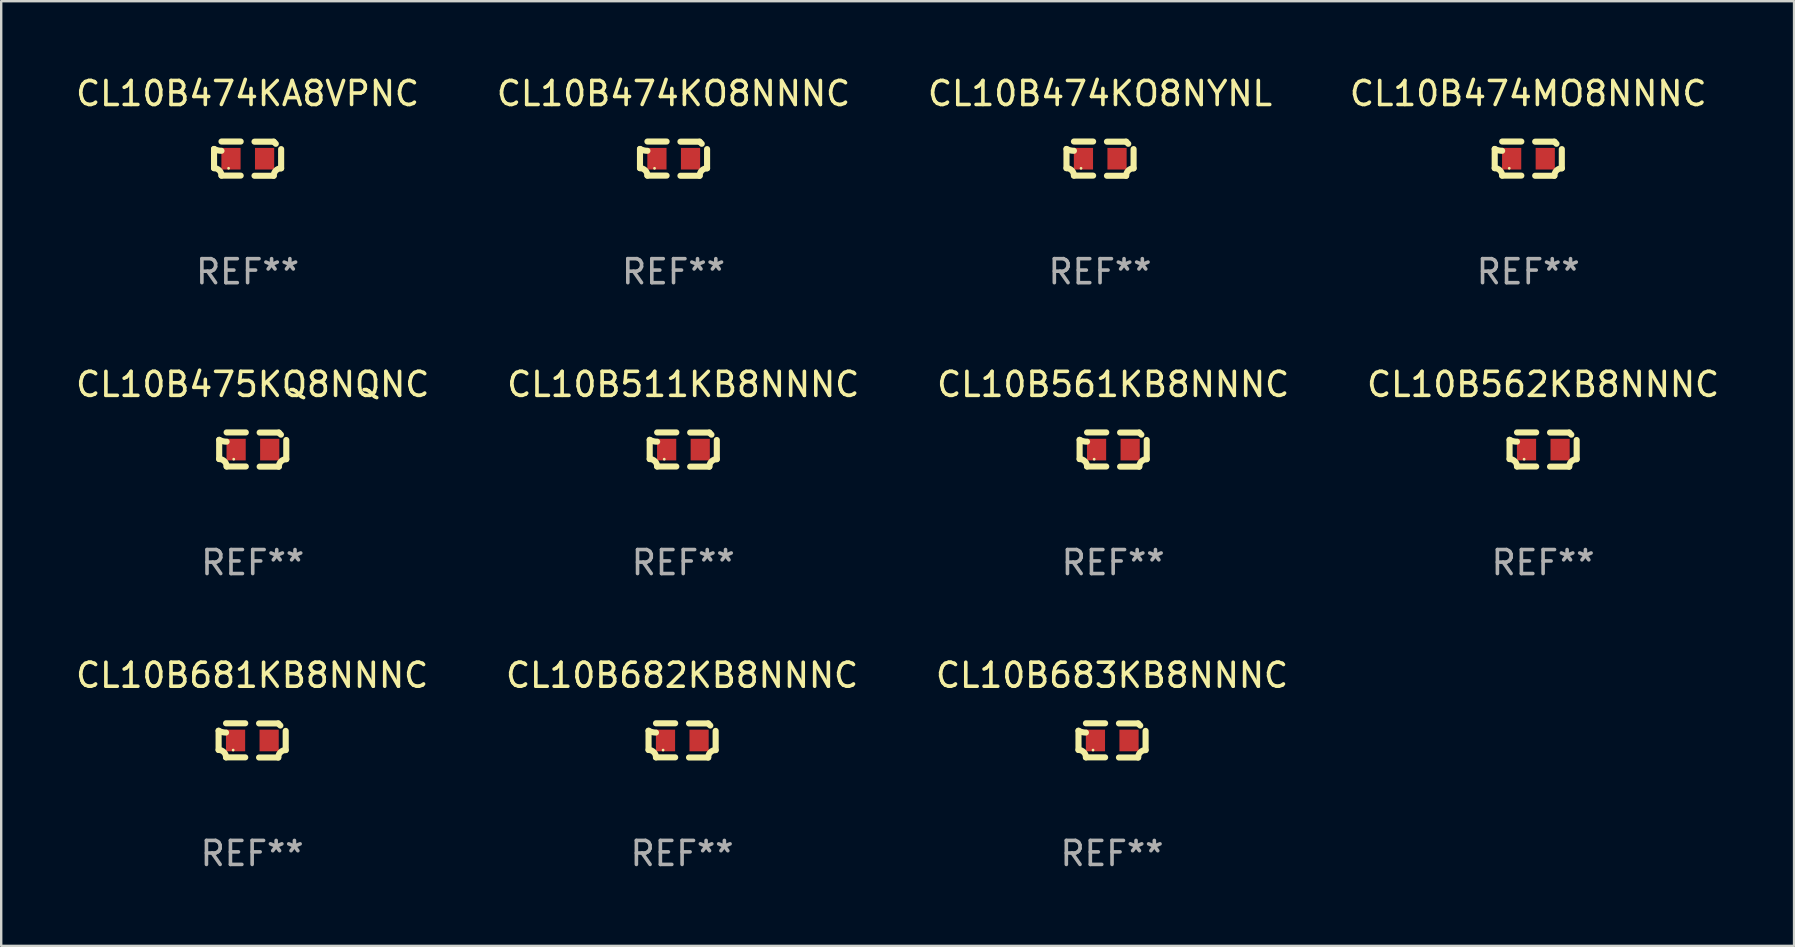
<source format=kicad_pcb>
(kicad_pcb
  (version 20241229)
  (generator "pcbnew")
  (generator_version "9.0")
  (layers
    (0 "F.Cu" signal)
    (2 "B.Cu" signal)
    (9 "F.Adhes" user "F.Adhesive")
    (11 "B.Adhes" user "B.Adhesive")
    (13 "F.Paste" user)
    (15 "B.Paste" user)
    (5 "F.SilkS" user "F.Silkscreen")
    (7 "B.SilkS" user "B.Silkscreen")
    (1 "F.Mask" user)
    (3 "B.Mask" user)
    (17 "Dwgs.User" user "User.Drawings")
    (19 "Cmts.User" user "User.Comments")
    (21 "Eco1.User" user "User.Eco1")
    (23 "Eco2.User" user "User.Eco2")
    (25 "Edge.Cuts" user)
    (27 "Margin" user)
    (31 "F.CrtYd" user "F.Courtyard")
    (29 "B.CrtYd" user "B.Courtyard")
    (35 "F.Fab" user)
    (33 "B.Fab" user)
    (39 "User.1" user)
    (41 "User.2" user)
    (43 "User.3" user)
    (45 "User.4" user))
  (footprint "CL10B474KO8NNNC"
    (layer "F.Cu")
    (at 25.018 3.561)
    (property "Reference" "CL10B474KO8NNNC" (at 0 -2.713 0) (layer "F.SilkS") (effects (font (size 1 1) (thickness 0.15))))
    (attr through_hole)
    (fp_line (start -1.398 -0.403) (end -1.398 0.397) (stroke (width 0.254) (type solid)) (layer "F.SilkS"))
    (fp_line (start -0.288 -0.713) (end -1.088 -0.713) (stroke (width 0.254) (type solid)) (layer "F.SilkS"))
    (fp_line (start -0.288 0.707) (end -1.088 0.707) (stroke (width 0.254) (type solid)) (layer "F.SilkS"))
    (fp_line (start 0.288 -0.707) (end 1.088 -0.707) (stroke (width 0.254) (type solid)) (layer "F.SilkS"))
    (fp_line (start 0.288 0.713) (end 1.088 0.713) (stroke (width 0.254) (type solid)) (layer "F.SilkS"))
    (fp_line (start 1.398 -0.397) (end 1.398 0.403) (stroke (width 0.254) (type solid)) (layer "F.SilkS"))
    (fp_arc (start -1.397789 0.397066) (mid -1.178701 0.487826) (end -1.08796 0.706922) (stroke (width 0.254001) (type solid)) (layer "F.SilkS"))
    (fp_arc (start -1.08796 -0.327176) (mid -1.247436 -0.346384) (end -1.39779 -0.402908) (stroke (width 0.254001) (type solid)) (layer "F.SilkS"))
    (fp_arc (start 1.087909 0.712738) (mid 1.178656 0.493655) (end 1.397739 0.402908) (stroke (width 0.254001) (type solid)) (layer "F.SilkS"))
    (fp_arc (start 1.175925 -0.618926) (mid 1.131917 -0.662923) (end 1.08791 -0.706922) (stroke (width 0.254001) (type solid)) (layer "F.SilkS"))
    (fp_circle (center -0.792 0.403) (end -0.762 0.403) (stroke (width 0.06) (type solid)) (fill no) (layer "F.SilkS"))
    (fp_text user "REF**" (at 0 4.713 0) (layer "F.Fab") (effects (font (size 1 1) (thickness 0.15))))
    (pad "1" smd rect (at -0.692 0.003) (size 0.8 0.9) (layers "F.Cu" "F.Mask" "F.Paste"))
    (pad "2" smd rect (at 0.708 0.003) (size 0.8 0.9) (layers "F.Cu" "F.Mask" "F.Paste")))
  (footprint "CL10B681KB8NNNC"
    (layer "F.Cu")
    (at 7.458 27.805)
    (property "Reference" "CL10B681KB8NNNC" (at 0 -2.713 0) (layer "F.SilkS") (effects (font (size 1 1) (thickness 0.15))))
    (attr through_hole)
    (fp_line (start -1.398 -0.403) (end -1.398 0.397) (stroke (width 0.254) (type solid)) (layer "F.SilkS"))
    (fp_line (start -0.288 -0.713) (end -1.088 -0.713) (stroke (width 0.254) (type solid)) (layer "F.SilkS"))
    (fp_line (start -0.288 0.707) (end -1.088 0.707) (stroke (width 0.254) (type solid)) (layer "F.SilkS"))
    (fp_line (start 0.288 -0.707) (end 1.088 -0.707) (stroke (width 0.254) (type solid)) (layer "F.SilkS"))
    (fp_line (start 0.288 0.713) (end 1.088 0.713) (stroke (width 0.254) (type solid)) (layer "F.SilkS"))
    (fp_line (start 1.398 -0.397) (end 1.398 0.403) (stroke (width 0.254) (type solid)) (layer "F.SilkS"))
    (fp_arc (start -1.397789 0.397066) (mid -1.178701 0.487826) (end -1.08796 0.706922) (stroke (width 0.254001) (type solid)) (layer "F.SilkS"))
    (fp_arc (start -1.08796 -0.327176) (mid -1.247436 -0.346384) (end -1.39779 -0.402908) (stroke (width 0.254001) (type solid)) (layer "F.SilkS"))
    (fp_arc (start 1.087909 0.712738) (mid 1.178656 0.493655) (end 1.397739 0.402908) (stroke (width 0.254001) (type solid)) (layer "F.SilkS"))
    (fp_arc (start 1.175925 -0.618926) (mid 1.131917 -0.662923) (end 1.08791 -0.706922) (stroke (width 0.254001) (type solid)) (layer "F.SilkS"))
    (fp_circle (center -0.792 0.403) (end -0.762 0.403) (stroke (width 0.06) (type solid)) (fill no) (layer "F.SilkS"))
    (fp_text user "REF**" (at 0 4.713 0) (layer "F.Fab") (effects (font (size 1 1) (thickness 0.15))))
    (pad "1" smd rect (at -0.692 0.003) (size 0.8 0.9) (layers "F.Cu" "F.Mask" "F.Paste"))
    (pad "2" smd rect (at 0.708 0.003) (size 0.8 0.9) (layers "F.Cu" "F.Mask" "F.Paste")))
  (footprint "CL10B474KO8NYNL"
    (layer "F.Cu")
    (at 42.792 3.561)
    (property "Reference" "CL10B474KO8NYNL" (at 0 -2.713 0) (layer "F.SilkS") (effects (font (size 1 1) (thickness 0.15))))
    (attr through_hole)
    (fp_line (start -1.398 -0.403) (end -1.398 0.397) (stroke (width 0.254) (type solid)) (layer "F.SilkS"))
    (fp_line (start -0.288 -0.713) (end -1.088 -0.713) (stroke (width 0.254) (type solid)) (layer "F.SilkS"))
    (fp_line (start -0.288 0.707) (end -1.088 0.707) (stroke (width 0.254) (type solid)) (layer "F.SilkS"))
    (fp_line (start 0.288 -0.707) (end 1.088 -0.707) (stroke (width 0.254) (type solid)) (layer "F.SilkS"))
    (fp_line (start 0.288 0.713) (end 1.088 0.713) (stroke (width 0.254) (type solid)) (layer "F.SilkS"))
    (fp_line (start 1.398 -0.397) (end 1.398 0.403) (stroke (width 0.254) (type solid)) (layer "F.SilkS"))
    (fp_arc (start -1.397789 0.397066) (mid -1.178701 0.487826) (end -1.08796 0.706922) (stroke (width 0.254001) (type solid)) (layer "F.SilkS"))
    (fp_arc (start -1.08796 -0.327176) (mid -1.247436 -0.346384) (end -1.39779 -0.402908) (stroke (width 0.254001) (type solid)) (layer "F.SilkS"))
    (fp_arc (start 1.087909 0.712738) (mid 1.178656 0.493655) (end 1.397739 0.402908) (stroke (width 0.254001) (type solid)) (layer "F.SilkS"))
    (fp_arc (start 1.175925 -0.618926) (mid 1.131917 -0.662923) (end 1.08791 -0.706922) (stroke (width 0.254001) (type solid)) (layer "F.SilkS"))
    (fp_circle (center -0.792 0.403) (end -0.762 0.403) (stroke (width 0.06) (type solid)) (fill no) (layer "F.SilkS"))
    (fp_text user "REF**" (at 0 4.713 0) (layer "F.Fab") (effects (font (size 1 1) (thickness 0.15))))
    (pad "1" smd rect (at -0.692 0.003) (size 0.8 0.9) (layers "F.Cu" "F.Mask" "F.Paste"))
    (pad "2" smd rect (at 0.708 0.003) (size 0.8 0.9) (layers "F.Cu" "F.Mask" "F.Paste")))
  (footprint "CL10B682KB8NNNC"
    (layer "F.Cu")
    (at 25.375 27.805)
    (property "Reference" "CL10B682KB8NNNC" (at 0 -2.713 0) (layer "F.SilkS") (effects (font (size 1 1) (thickness 0.15))))
    (attr through_hole)
    (fp_line (start -1.398 -0.403) (end -1.398 0.397) (stroke (width 0.254) (type solid)) (layer "F.SilkS"))
    (fp_line (start -0.288 -0.713) (end -1.088 -0.713) (stroke (width 0.254) (type solid)) (layer "F.SilkS"))
    (fp_line (start -0.288 0.707) (end -1.088 0.707) (stroke (width 0.254) (type solid)) (layer "F.SilkS"))
    (fp_line (start 0.288 -0.707) (end 1.088 -0.707) (stroke (width 0.254) (type solid)) (layer "F.SilkS"))
    (fp_line (start 0.288 0.713) (end 1.088 0.713) (stroke (width 0.254) (type solid)) (layer "F.SilkS"))
    (fp_line (start 1.398 -0.397) (end 1.398 0.403) (stroke (width 0.254) (type solid)) (layer "F.SilkS"))
    (fp_arc (start -1.397789 0.397066) (mid -1.178701 0.487826) (end -1.08796 0.706922) (stroke (width 0.254001) (type solid)) (layer "F.SilkS"))
    (fp_arc (start -1.08796 -0.327176) (mid -1.247436 -0.346384) (end -1.39779 -0.402908) (stroke (width 0.254001) (type solid)) (layer "F.SilkS"))
    (fp_arc (start 1.087909 0.712738) (mid 1.178656 0.493655) (end 1.397739 0.402908) (stroke (width 0.254001) (type solid)) (layer "F.SilkS"))
    (fp_arc (start 1.175925 -0.618926) (mid 1.131917 -0.662923) (end 1.08791 -0.706922) (stroke (width 0.254001) (type solid)) (layer "F.SilkS"))
    (fp_circle (center -0.792 0.403) (end -0.762 0.403) (stroke (width 0.06) (type solid)) (fill no) (layer "F.SilkS"))
    (fp_text user "REF**" (at 0 4.713 0) (layer "F.Fab") (effects (font (size 1 1) (thickness 0.15))))
    (pad "1" smd rect (at -0.692 0.003) (size 0.8 0.9) (layers "F.Cu" "F.Mask" "F.Paste"))
    (pad "2" smd rect (at 0.708 0.003) (size 0.8 0.9) (layers "F.Cu" "F.Mask" "F.Paste")))
  (footprint "CL10B474KA8VPNC"
    (layer "F.Cu")
    (at 7.268 3.561)
    (property "Reference" "CL10B474KA8VPNC" (at 0 -2.713 0) (layer "F.SilkS") (effects (font (size 1 1) (thickness 0.15))))
    (attr through_hole)
    (fp_line (start -1.398 -0.403) (end -1.398 0.397) (stroke (width 0.254) (type solid)) (layer "F.SilkS"))
    (fp_line (start -0.288 -0.713) (end -1.088 -0.713) (stroke (width 0.254) (type solid)) (layer "F.SilkS"))
    (fp_line (start -0.288 0.707) (end -1.088 0.707) (stroke (width 0.254) (type solid)) (layer "F.SilkS"))
    (fp_line (start 0.288 -0.707) (end 1.088 -0.707) (stroke (width 0.254) (type solid)) (layer "F.SilkS"))
    (fp_line (start 0.288 0.713) (end 1.088 0.713) (stroke (width 0.254) (type solid)) (layer "F.SilkS"))
    (fp_line (start 1.398 -0.397) (end 1.398 0.403) (stroke (width 0.254) (type solid)) (layer "F.SilkS"))
    (fp_arc (start -1.397789 0.397066) (mid -1.178701 0.487826) (end -1.08796 0.706922) (stroke (width 0.254001) (type solid)) (layer "F.SilkS"))
    (fp_arc (start -1.08796 -0.327176) (mid -1.247436 -0.346384) (end -1.39779 -0.402908) (stroke (width 0.254001) (type solid)) (layer "F.SilkS"))
    (fp_arc (start 1.087909 0.712738) (mid 1.178656 0.493655) (end 1.397739 0.402908) (stroke (width 0.254001) (type solid)) (layer "F.SilkS"))
    (fp_arc (start 1.175925 -0.618926) (mid 1.131917 -0.662923) (end 1.08791 -0.706922) (stroke (width 0.254001) (type solid)) (layer "F.SilkS"))
    (fp_circle (center -0.792 0.403) (end -0.762 0.403) (stroke (width 0.06) (type solid)) (fill no) (layer "F.SilkS"))
    (fp_text user "REF**" (at 0 4.713 0) (layer "F.Fab") (effects (font (size 1 1) (thickness 0.15))))
    (pad "1" smd rect (at -0.692 0.003) (size 0.8 0.9) (layers "F.Cu" "F.Mask" "F.Paste"))
    (pad "2" smd rect (at 0.708 0.003) (size 0.8 0.9) (layers "F.Cu" "F.Mask" "F.Paste")))
  (footprint "CL10B474MO8NNNC"
    (layer "F.Cu")
    (at 60.637 3.561)
    (property "Reference" "CL10B474MO8NNNC" (at 0 -2.713 0) (layer "F.SilkS") (effects (font (size 1 1) (thickness 0.15))))
    (attr through_hole)
    (fp_line (start -1.398 -0.403) (end -1.398 0.397) (stroke (width 0.254) (type solid)) (layer "F.SilkS"))
    (fp_line (start -0.288 -0.713) (end -1.088 -0.713) (stroke (width 0.254) (type solid)) (layer "F.SilkS"))
    (fp_line (start -0.288 0.707) (end -1.088 0.707) (stroke (width 0.254) (type solid)) (layer "F.SilkS"))
    (fp_line (start 0.288 -0.707) (end 1.088 -0.707) (stroke (width 0.254) (type solid)) (layer "F.SilkS"))
    (fp_line (start 0.288 0.713) (end 1.088 0.713) (stroke (width 0.254) (type solid)) (layer "F.SilkS"))
    (fp_line (start 1.398 -0.397) (end 1.398 0.403) (stroke (width 0.254) (type solid)) (layer "F.SilkS"))
    (fp_arc (start -1.397789 0.397066) (mid -1.178701 0.487826) (end -1.08796 0.706922) (stroke (width 0.254001) (type solid)) (layer "F.SilkS"))
    (fp_arc (start -1.08796 -0.327176) (mid -1.247436 -0.346384) (end -1.39779 -0.402908) (stroke (width 0.254001) (type solid)) (layer "F.SilkS"))
    (fp_arc (start 1.087909 0.712738) (mid 1.178656 0.493655) (end 1.397739 0.402908) (stroke (width 0.254001) (type solid)) (layer "F.SilkS"))
    (fp_arc (start 1.175925 -0.618926) (mid 1.131917 -0.662923) (end 1.08791 -0.706922) (stroke (width 0.254001) (type solid)) (layer "F.SilkS"))
    (fp_circle (center -0.792 0.403) (end -0.762 0.403) (stroke (width 0.06) (type solid)) (fill no) (layer "F.SilkS"))
    (fp_text user "REF**" (at 0 4.713 0) (layer "F.Fab") (effects (font (size 1 1) (thickness 0.15))))
    (pad "1" smd rect (at -0.692 0.003) (size 0.8 0.9) (layers "F.Cu" "F.Mask" "F.Paste"))
    (pad "2" smd rect (at 0.708 0.003) (size 0.8 0.9) (layers "F.Cu" "F.Mask" "F.Paste")))
  (footprint "CL10B683KB8NNNC"
    (layer "F.Cu")
    (at 43.292 27.805)
    (property "Reference" "CL10B683KB8NNNC" (at 0 -2.713 0) (layer "F.SilkS") (effects (font (size 1 1) (thickness 0.15))))
    (attr through_hole)
    (fp_line (start -1.398 -0.403) (end -1.398 0.397) (stroke (width 0.254) (type solid)) (layer "F.SilkS"))
    (fp_line (start -0.288 -0.713) (end -1.088 -0.713) (stroke (width 0.254) (type solid)) (layer "F.SilkS"))
    (fp_line (start -0.288 0.707) (end -1.088 0.707) (stroke (width 0.254) (type solid)) (layer "F.SilkS"))
    (fp_line (start 0.288 -0.707) (end 1.088 -0.707) (stroke (width 0.254) (type solid)) (layer "F.SilkS"))
    (fp_line (start 0.288 0.713) (end 1.088 0.713) (stroke (width 0.254) (type solid)) (layer "F.SilkS"))
    (fp_line (start 1.398 -0.397) (end 1.398 0.403) (stroke (width 0.254) (type solid)) (layer "F.SilkS"))
    (fp_arc (start -1.397789 0.397066) (mid -1.178701 0.487826) (end -1.08796 0.706922) (stroke (width 0.254001) (type solid)) (layer "F.SilkS"))
    (fp_arc (start -1.08796 -0.327176) (mid -1.247436 -0.346384) (end -1.39779 -0.402908) (stroke (width 0.254001) (type solid)) (layer "F.SilkS"))
    (fp_arc (start 1.087909 0.712738) (mid 1.178656 0.493655) (end 1.397739 0.402908) (stroke (width 0.254001) (type solid)) (layer "F.SilkS"))
    (fp_arc (start 1.175925 -0.618926) (mid 1.131917 -0.662923) (end 1.08791 -0.706922) (stroke (width 0.254001) (type solid)) (layer "F.SilkS"))
    (fp_circle (center -0.792 0.403) (end -0.762 0.403) (stroke (width 0.06) (type solid)) (fill no) (layer "F.SilkS"))
    (fp_text user "REF**" (at 0 4.713 0) (layer "F.Fab") (effects (font (size 1 1) (thickness 0.15))))
    (pad "1" smd rect (at -0.692 0.003) (size 0.8 0.9) (layers "F.Cu" "F.Mask" "F.Paste"))
    (pad "2" smd rect (at 0.708 0.003) (size 0.8 0.9) (layers "F.Cu" "F.Mask" "F.Paste")))
  (footprint "CL10B561KB8NNNC"
    (layer "F.Cu")
    (at 43.339 15.683)
    (property "Reference" "CL10B561KB8NNNC" (at 0 -2.713 0) (layer "F.SilkS") (effects (font (size 1 1) (thickness 0.15))))
    (attr through_hole)
    (fp_line (start -1.398 -0.403) (end -1.398 0.397) (stroke (width 0.254) (type solid)) (layer "F.SilkS"))
    (fp_line (start -0.288 -0.713) (end -1.088 -0.713) (stroke (width 0.254) (type solid)) (layer "F.SilkS"))
    (fp_line (start -0.288 0.707) (end -1.088 0.707) (stroke (width 0.254) (type solid)) (layer "F.SilkS"))
    (fp_line (start 0.288 -0.707) (end 1.088 -0.707) (stroke (width 0.254) (type solid)) (layer "F.SilkS"))
    (fp_line (start 0.288 0.713) (end 1.088 0.713) (stroke (width 0.254) (type solid)) (layer "F.SilkS"))
    (fp_line (start 1.398 -0.397) (end 1.398 0.403) (stroke (width 0.254) (type solid)) (layer "F.SilkS"))
    (fp_arc (start -1.397789 0.397066) (mid -1.178701 0.487826) (end -1.08796 0.706922) (stroke (width 0.254001) (type solid)) (layer "F.SilkS"))
    (fp_arc (start -1.08796 -0.327176) (mid -1.247436 -0.346384) (end -1.39779 -0.402908) (stroke (width 0.254001) (type solid)) (layer "F.SilkS"))
    (fp_arc (start 1.087909 0.712738) (mid 1.178656 0.493655) (end 1.397739 0.402908) (stroke (width 0.254001) (type solid)) (layer "F.SilkS"))
    (fp_arc (start 1.175925 -0.618926) (mid 1.131917 -0.662923) (end 1.08791 -0.706922) (stroke (width 0.254001) (type solid)) (layer "F.SilkS"))
    (fp_circle (center -0.792 0.403) (end -0.762 0.403) (stroke (width 0.06) (type solid)) (fill no) (layer "F.SilkS"))
    (fp_text user "REF**" (at 0 4.713 0) (layer "F.Fab") (effects (font (size 1 1) (thickness 0.15))))
    (pad "1" smd rect (at -0.692 0.003) (size 0.8 0.9) (layers "F.Cu" "F.Mask" "F.Paste"))
    (pad "2" smd rect (at 0.708 0.003) (size 0.8 0.9) (layers "F.Cu" "F.Mask" "F.Paste")))
  (footprint "CL10B475KQ8NQNC"
    (layer "F.Cu")
    (at 7.482 15.683)
    (property "Reference" "CL10B475KQ8NQNC" (at 0 -2.713 0) (layer "F.SilkS") (effects (font (size 1 1) (thickness 0.15))))
    (attr through_hole)
    (fp_line (start -1.398 -0.403) (end -1.398 0.397) (stroke (width 0.254) (type solid)) (layer "F.SilkS"))
    (fp_line (start -0.288 -0.713) (end -1.088 -0.713) (stroke (width 0.254) (type solid)) (layer "F.SilkS"))
    (fp_line (start -0.288 0.707) (end -1.088 0.707) (stroke (width 0.254) (type solid)) (layer "F.SilkS"))
    (fp_line (start 0.288 -0.707) (end 1.088 -0.707) (stroke (width 0.254) (type solid)) (layer "F.SilkS"))
    (fp_line (start 0.288 0.713) (end 1.088 0.713) (stroke (width 0.254) (type solid)) (layer "F.SilkS"))
    (fp_line (start 1.398 -0.397) (end 1.398 0.403) (stroke (width 0.254) (type solid)) (layer "F.SilkS"))
    (fp_arc (start -1.397789 0.397066) (mid -1.178701 0.487826) (end -1.08796 0.706922) (stroke (width 0.254001) (type solid)) (layer "F.SilkS"))
    (fp_arc (start -1.08796 -0.327176) (mid -1.247436 -0.346384) (end -1.39779 -0.402908) (stroke (width 0.254001) (type solid)) (layer "F.SilkS"))
    (fp_arc (start 1.087909 0.712738) (mid 1.178656 0.493655) (end 1.397739 0.402908) (stroke (width 0.254001) (type solid)) (layer "F.SilkS"))
    (fp_arc (start 1.175925 -0.618926) (mid 1.131917 -0.662923) (end 1.08791 -0.706922) (stroke (width 0.254001) (type solid)) (layer "F.SilkS"))
    (fp_circle (center -0.792 0.403) (end -0.762 0.403) (stroke (width 0.06) (type solid)) (fill no) (layer "F.SilkS"))
    (fp_text user "REF**" (at 0 4.713 0) (layer "F.Fab") (effects (font (size 1 1) (thickness 0.15))))
    (pad "1" smd rect (at -0.692 0.003) (size 0.8 0.9) (layers "F.Cu" "F.Mask" "F.Paste"))
    (pad "2" smd rect (at 0.708 0.003) (size 0.8 0.9) (layers "F.Cu" "F.Mask" "F.Paste")))
  (footprint "CL10B511KB8NNNC"
    (layer "F.Cu")
    (at 25.423 15.683)
    (property "Reference" "CL10B511KB8NNNC" (at 0 -2.713 0) (layer "F.SilkS") (effects (font (size 1 1) (thickness 0.15))))
    (attr through_hole)
    (fp_line (start -1.398 -0.403) (end -1.398 0.397) (stroke (width 0.254) (type solid)) (layer "F.SilkS"))
    (fp_line (start -0.288 -0.713) (end -1.088 -0.713) (stroke (width 0.254) (type solid)) (layer "F.SilkS"))
    (fp_line (start -0.288 0.707) (end -1.088 0.707) (stroke (width 0.254) (type solid)) (layer "F.SilkS"))
    (fp_line (start 0.288 -0.707) (end 1.088 -0.707) (stroke (width 0.254) (type solid)) (layer "F.SilkS"))
    (fp_line (start 0.288 0.713) (end 1.088 0.713) (stroke (width 0.254) (type solid)) (layer "F.SilkS"))
    (fp_line (start 1.398 -0.397) (end 1.398 0.403) (stroke (width 0.254) (type solid)) (layer "F.SilkS"))
    (fp_arc (start -1.397789 0.397066) (mid -1.178701 0.487826) (end -1.08796 0.706922) (stroke (width 0.254001) (type solid)) (layer "F.SilkS"))
    (fp_arc (start -1.08796 -0.327176) (mid -1.247436 -0.346384) (end -1.39779 -0.402908) (stroke (width 0.254001) (type solid)) (layer "F.SilkS"))
    (fp_arc (start 1.087909 0.712738) (mid 1.178656 0.493655) (end 1.397739 0.402908) (stroke (width 0.254001) (type solid)) (layer "F.SilkS"))
    (fp_arc (start 1.175925 -0.618926) (mid 1.131917 -0.662923) (end 1.08791 -0.706922) (stroke (width 0.254001) (type solid)) (layer "F.SilkS"))
    (fp_circle (center -0.792 0.403) (end -0.762 0.403) (stroke (width 0.06) (type solid)) (fill no) (layer "F.SilkS"))
    (fp_text user "REF**" (at 0 4.713 0) (layer "F.Fab") (effects (font (size 1 1) (thickness 0.15))))
    (pad "1" smd rect (at -0.692 0.003) (size 0.8 0.9) (layers "F.Cu" "F.Mask" "F.Paste"))
    (pad "2" smd rect (at 0.708 0.003) (size 0.8 0.9) (layers "F.Cu" "F.Mask" "F.Paste")))
  (footprint "CL10B562KB8NNNC"
    (layer "F.Cu")
    (at 61.256 15.683)
    (property "Reference" "CL10B562KB8NNNC" (at 0 -2.713 0) (layer "F.SilkS") (effects (font (size 1 1) (thickness 0.15))))
    (attr through_hole)
    (fp_line (start -1.398 -0.403) (end -1.398 0.397) (stroke (width 0.254) (type solid)) (layer "F.SilkS"))
    (fp_line (start -0.288 -0.713) (end -1.088 -0.713) (stroke (width 0.254) (type solid)) (layer "F.SilkS"))
    (fp_line (start -0.288 0.707) (end -1.088 0.707) (stroke (width 0.254) (type solid)) (layer "F.SilkS"))
    (fp_line (start 0.288 -0.707) (end 1.088 -0.707) (stroke (width 0.254) (type solid)) (layer "F.SilkS"))
    (fp_line (start 0.288 0.713) (end 1.088 0.713) (stroke (width 0.254) (type solid)) (layer "F.SilkS"))
    (fp_line (start 1.398 -0.397) (end 1.398 0.403) (stroke (width 0.254) (type solid)) (layer "F.SilkS"))
    (fp_arc (start -1.397789 0.397066) (mid -1.178701 0.487826) (end -1.08796 0.706922) (stroke (width 0.254001) (type solid)) (layer "F.SilkS"))
    (fp_arc (start -1.08796 -0.327176) (mid -1.247436 -0.346384) (end -1.39779 -0.402908) (stroke (width 0.254001) (type solid)) (layer "F.SilkS"))
    (fp_arc (start 1.087909 0.712738) (mid 1.178656 0.493655) (end 1.397739 0.402908) (stroke (width 0.254001) (type solid)) (layer "F.SilkS"))
    (fp_arc (start 1.175925 -0.618926) (mid 1.131917 -0.662923) (end 1.08791 -0.706922) (stroke (width 0.254001) (type solid)) (layer "F.SilkS"))
    (fp_circle (center -0.792 0.403) (end -0.762 0.403) (stroke (width 0.06) (type solid)) (fill no) (layer "F.SilkS"))
    (fp_text user "REF**" (at 0 4.713 0) (layer "F.Fab") (effects (font (size 1 1) (thickness 0.15))))
    (pad "1" smd rect (at -0.692 0.003) (size 0.8 0.9) (layers "F.Cu" "F.Mask" "F.Paste"))
    (pad "2" smd rect (at 0.708 0.003) (size 0.8 0.9) (layers "F.Cu" "F.Mask" "F.Paste")))
  (gr_rect
    (start -3 -3)
    (end 71.714 36.366)
    (stroke (width 0.1) (type default))
    (fill no)
    (layer "Edge.Cuts")))
</source>
